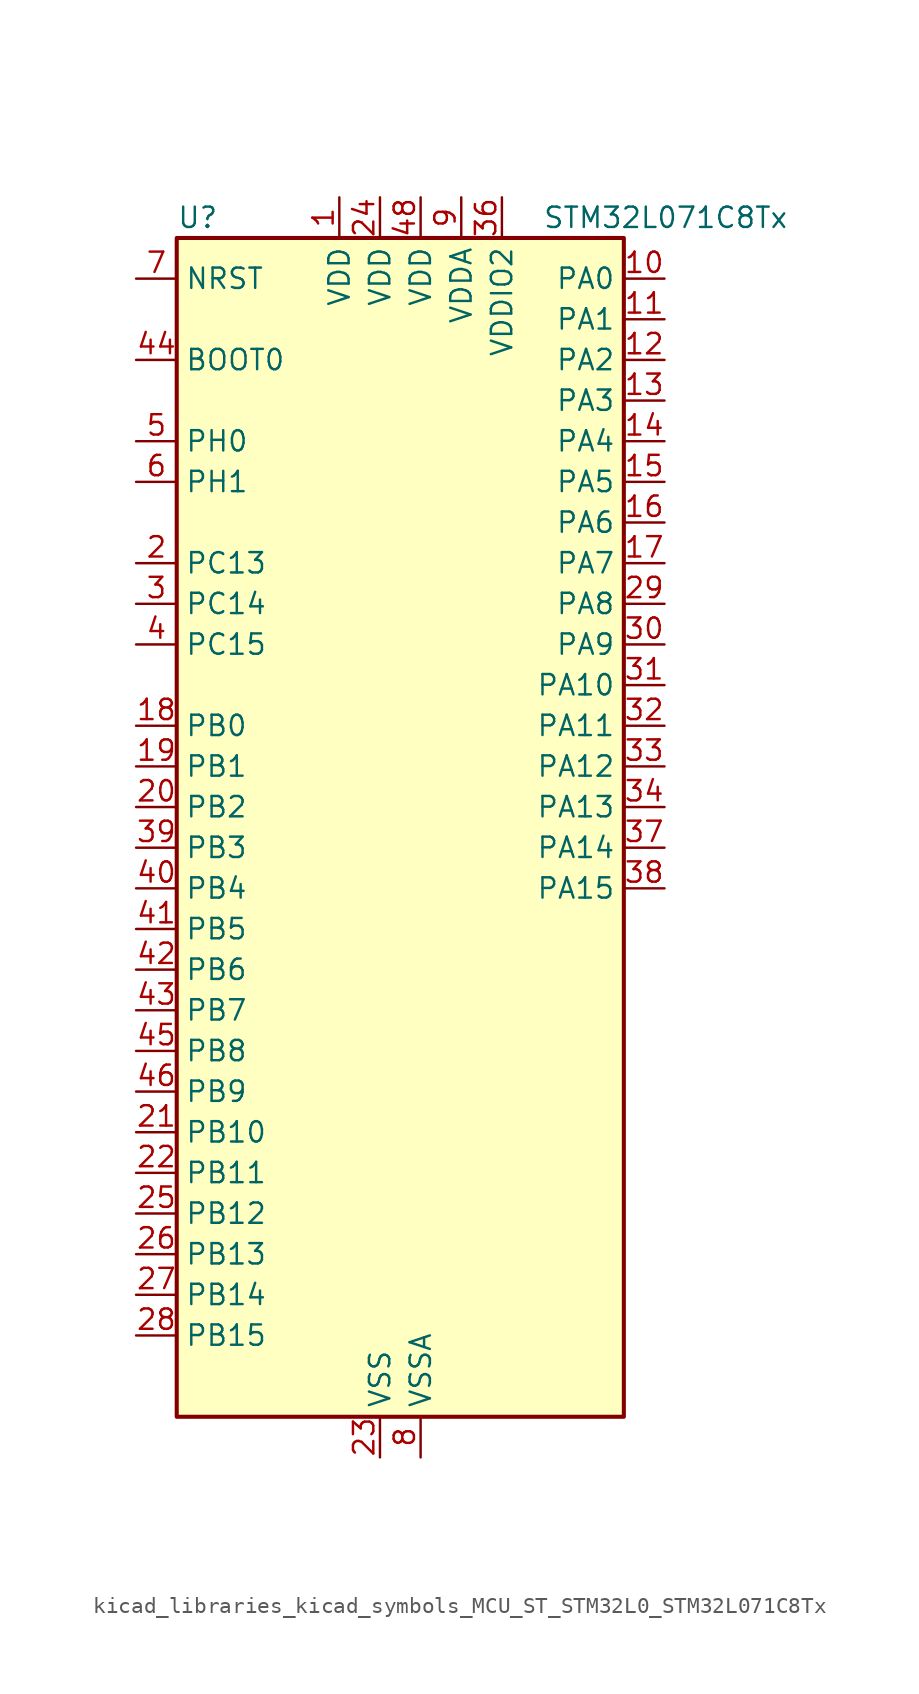
<source format=kicad_sym>
(kicad_symbol_lib
  (version 20220914)
  (generator kicad_symbol_editor)
  (symbol "kicad_libraries_kicad_symbols_MCU_ST_STM32L0_STM32L071C8Tx"
    (property "Reference" "U"
      (at -12.7 39.37 0)
      (effects (font (size 1.27 1.27)) (justify left)))
    (property "Value" "STM32L071C8Tx"
      (at 10.16 39.37 0)
      (effects (font (size 1.27 1.27)) (justify left)))
    (property "ki_locked" ""
      (at 0 0 0)
      (effects (font (size 1.27 1.27))))
    (symbol "kicad_libraries_kicad_symbols_MCU_ST_STM32L0_STM32L071C8Tx_0_1"
      (rectangle (start -12.7 -35.56) (end 15.24 38.1) (stroke (width 0.254) (type default)) (fill (type background))))
    (symbol "kicad_libraries_kicad_symbols_MCU_ST_STM32L0_STM32L071C8Tx_1_1"
      (pin power_in line (at -2.54 40.64 270) (length 2.54) (name "VDD" (effects (font (size 1.27 1.27)))) (number "1" (effects (font (size 1.27 1.27)))))
      (pin bidirectional line (at 17.78 35.56 180) (length 2.54) (name "PA0" (effects (font (size 1.27 1.27)))) (number "10" (effects (font (size 1.27 1.27)))) (alternate "ADC_IN0" bidirectional line) (alternate "COMP1_INM" bidirectional line) (alternate "COMP1_OUT" bidirectional line) (alternate "RTC_TAMP2" bidirectional line) (alternate "SYS_WKUP1" bidirectional line) (alternate "TIM2_CH1" bidirectional line) (alternate "TIM2_ETR" bidirectional line) (alternate "USART2_CTS" bidirectional line) (alternate "USART4_TX" bidirectional line))
      (pin bidirectional line (at 17.78 33.02 180) (length 2.54) (name "PA1" (effects (font (size 1.27 1.27)))) (number "11" (effects (font (size 1.27 1.27)))) (alternate "ADC_IN1" bidirectional line) (alternate "COMP1_INP" bidirectional line) (alternate "TIM21_ETR" bidirectional line) (alternate "TIM2_CH2" bidirectional line) (alternate "USART2_DE" bidirectional line) (alternate "USART2_RTS" bidirectional line) (alternate "USART4_RX" bidirectional line))
      (pin bidirectional line (at 17.78 30.48 180) (length 2.54) (name "PA2" (effects (font (size 1.27 1.27)))) (number "12" (effects (font (size 1.27 1.27)))) (alternate "ADC_IN2" bidirectional line) (alternate "COMP2_INM" bidirectional line) (alternate "COMP2_OUT" bidirectional line) (alternate "LPUART1_TX" bidirectional line) (alternate "TIM21_CH1" bidirectional line) (alternate "TIM2_CH3" bidirectional line) (alternate "USART2_TX" bidirectional line))
      (pin bidirectional line (at 17.78 27.94 180) (length 2.54) (name "PA3" (effects (font (size 1.27 1.27)))) (number "13" (effects (font (size 1.27 1.27)))) (alternate "ADC_IN3" bidirectional line) (alternate "COMP2_INP" bidirectional line) (alternate "LPUART1_RX" bidirectional line) (alternate "TIM21_CH2" bidirectional line) (alternate "TIM2_CH4" bidirectional line) (alternate "USART2_RX" bidirectional line))
      (pin bidirectional line (at 17.78 25.4 180) (length 2.54) (name "PA4" (effects (font (size 1.27 1.27)))) (number "14" (effects (font (size 1.27 1.27)))) (alternate "ADC_IN4" bidirectional line) (alternate "COMP1_INM" bidirectional line) (alternate "COMP2_INM" bidirectional line) (alternate "SPI1_NSS" bidirectional line) (alternate "TIM22_ETR" bidirectional line) (alternate "USART2_CK" bidirectional line))
      (pin bidirectional line (at 17.78 22.86 180) (length 2.54) (name "PA5" (effects (font (size 1.27 1.27)))) (number "15" (effects (font (size 1.27 1.27)))) (alternate "ADC_IN5" bidirectional line) (alternate "COMP1_INM" bidirectional line) (alternate "COMP2_INM" bidirectional line) (alternate "SPI1_SCK" bidirectional line) (alternate "TIM2_CH1" bidirectional line) (alternate "TIM2_ETR" bidirectional line))
      (pin bidirectional line (at 17.78 20.32 180) (length 2.54) (name "PA6" (effects (font (size 1.27 1.27)))) (number "16" (effects (font (size 1.27 1.27)))) (alternate "ADC_IN6" bidirectional line) (alternate "COMP1_OUT" bidirectional line) (alternate "LPUART1_CTS" bidirectional line) (alternate "SPI1_MISO" bidirectional line) (alternate "TIM22_CH1" bidirectional line) (alternate "TIM3_CH1" bidirectional line))
      (pin bidirectional line (at 17.78 17.78 180) (length 2.54) (name "PA7" (effects (font (size 1.27 1.27)))) (number "17" (effects (font (size 1.27 1.27)))) (alternate "ADC_IN7" bidirectional line) (alternate "COMP2_OUT" bidirectional line) (alternate "SPI1_MOSI" bidirectional line) (alternate "TIM22_CH2" bidirectional line) (alternate "TIM3_CH2" bidirectional line))
      (pin bidirectional line (at -15.24 7.62 0) (length 2.54) (name "PB0" (effects (font (size 1.27 1.27)))) (number "18" (effects (font (size 1.27 1.27)))) (alternate "ADC_IN8" bidirectional line) (alternate "SYS_VREF_OUT_PB0" bidirectional line) (alternate "TIM3_CH3" bidirectional line))
      (pin bidirectional line (at -15.24 5.08 0) (length 2.54) (name "PB1" (effects (font (size 1.27 1.27)))) (number "19" (effects (font (size 1.27 1.27)))) (alternate "ADC_IN9" bidirectional line) (alternate "LPUART1_DE" bidirectional line) (alternate "LPUART1_RTS" bidirectional line) (alternate "SYS_VREF_OUT_PB1" bidirectional line) (alternate "TIM3_CH4" bidirectional line))
      (pin bidirectional line (at -15.24 17.78 0) (length 2.54) (name "PC13" (effects (font (size 1.27 1.27)))) (number "2" (effects (font (size 1.27 1.27)))) (alternate "RTC_OUT_ALARM" bidirectional line) (alternate "RTC_OUT_CALIB" bidirectional line) (alternate "RTC_TAMP1" bidirectional line) (alternate "RTC_TS" bidirectional line) (alternate "SYS_WKUP2" bidirectional line))
      (pin bidirectional line (at -15.24 2.54 0) (length 2.54) (name "PB2" (effects (font (size 1.27 1.27)))) (number "20" (effects (font (size 1.27 1.27)))) (alternate "I2C3_SMBA" bidirectional line) (alternate "LPTIM1_OUT" bidirectional line))
      (pin bidirectional line (at -15.24 -17.78 0) (length 2.54) (name "PB10" (effects (font (size 1.27 1.27)))) (number "21" (effects (font (size 1.27 1.27)))) (alternate "I2C2_SCL" bidirectional line) (alternate "LPUART1_RX" bidirectional line) (alternate "LPUART1_TX" bidirectional line) (alternate "SPI2_SCK" bidirectional line) (alternate "TIM2_CH3" bidirectional line))
      (pin bidirectional line (at -15.24 -20.32 0) (length 2.54) (name "PB11" (effects (font (size 1.27 1.27)))) (number "22" (effects (font (size 1.27 1.27)))) (alternate "ADC_EXTI11" bidirectional line) (alternate "I2C2_SDA" bidirectional line) (alternate "LPUART1_RX" bidirectional line) (alternate "LPUART1_TX" bidirectional line) (alternate "TIM2_CH4" bidirectional line))
      (pin power_in line (at 0 -38.1 90) (length 2.54) (name "VSS" (effects (font (size 1.27 1.27)))) (number "23" (effects (font (size 1.27 1.27)))))
      (pin power_in line (at 0 40.64 270) (length 2.54) (name "VDD" (effects (font (size 1.27 1.27)))) (number "24" (effects (font (size 1.27 1.27)))))
      (pin bidirectional line (at -15.24 -22.86 0) (length 2.54) (name "PB12" (effects (font (size 1.27 1.27)))) (number "25" (effects (font (size 1.27 1.27)))) (alternate "I2S2_WS" bidirectional line) (alternate "LPUART1_DE" bidirectional line) (alternate "LPUART1_RTS" bidirectional line) (alternate "SPI2_NSS" bidirectional line))
      (pin bidirectional line (at -15.24 -25.4 0) (length 2.54) (name "PB13" (effects (font (size 1.27 1.27)))) (number "26" (effects (font (size 1.27 1.27)))) (alternate "I2C2_SCL" bidirectional line) (alternate "I2S2_CK" bidirectional line) (alternate "LPUART1_CTS" bidirectional line) (alternate "RCC_MCO" bidirectional line) (alternate "SPI2_SCK" bidirectional line) (alternate "TIM21_CH1" bidirectional line))
      (pin bidirectional line (at -15.24 -27.94 0) (length 2.54) (name "PB14" (effects (font (size 1.27 1.27)))) (number "27" (effects (font (size 1.27 1.27)))) (alternate "I2C2_SDA" bidirectional line) (alternate "I2S2_MCK" bidirectional line) (alternate "LPUART1_DE" bidirectional line) (alternate "LPUART1_RTS" bidirectional line) (alternate "RTC_OUT_ALARM" bidirectional line) (alternate "RTC_OUT_CALIB" bidirectional line) (alternate "SPI2_MISO" bidirectional line) (alternate "TIM21_CH2" bidirectional line))
      (pin bidirectional line (at -15.24 -30.48 0) (length 2.54) (name "PB15" (effects (font (size 1.27 1.27)))) (number "28" (effects (font (size 1.27 1.27)))) (alternate "I2S2_SD" bidirectional line) (alternate "RTC_REFIN" bidirectional line) (alternate "SPI2_MOSI" bidirectional line))
      (pin bidirectional line (at 17.78 15.24 180) (length 2.54) (name "PA8" (effects (font (size 1.27 1.27)))) (number "29" (effects (font (size 1.27 1.27)))) (alternate "I2C3_SCL" bidirectional line) (alternate "RCC_MCO" bidirectional line) (alternate "USART1_CK" bidirectional line))
      (pin bidirectional line (at -15.24 15.24 0) (length 2.54) (name "PC14" (effects (font (size 1.27 1.27)))) (number "3" (effects (font (size 1.27 1.27)))) (alternate "RCC_OSC32_IN" bidirectional line))
      (pin bidirectional line (at 17.78 12.7 180) (length 2.54) (name "PA9" (effects (font (size 1.27 1.27)))) (number "30" (effects (font (size 1.27 1.27)))) (alternate "I2C1_SCL" bidirectional line) (alternate "I2C3_SMBA" bidirectional line) (alternate "RCC_MCO" bidirectional line) (alternate "USART1_TX" bidirectional line))
      (pin bidirectional line (at 17.78 10.16 180) (length 2.54) (name "PA10" (effects (font (size 1.27 1.27)))) (number "31" (effects (font (size 1.27 1.27)))) (alternate "I2C1_SDA" bidirectional line) (alternate "USART1_RX" bidirectional line))
      (pin bidirectional line (at 17.78 7.62 180) (length 2.54) (name "PA11" (effects (font (size 1.27 1.27)))) (number "32" (effects (font (size 1.27 1.27)))) (alternate "ADC_EXTI11" bidirectional line) (alternate "COMP1_OUT" bidirectional line) (alternate "SPI1_MISO" bidirectional line) (alternate "USART1_CTS" bidirectional line))
      (pin bidirectional line (at 17.78 5.08 180) (length 2.54) (name "PA12" (effects (font (size 1.27 1.27)))) (number "33" (effects (font (size 1.27 1.27)))) (alternate "COMP2_OUT" bidirectional line) (alternate "SPI1_MOSI" bidirectional line) (alternate "USART1_DE" bidirectional line) (alternate "USART1_RTS" bidirectional line))
      (pin bidirectional line (at 17.78 2.54 180) (length 2.54) (name "PA13" (effects (font (size 1.27 1.27)))) (number "34" (effects (font (size 1.27 1.27)))) (alternate "LPUART1_RX" bidirectional line) (alternate "SYS_SWDIO" bidirectional line))
      (pin passive line (at 0 -38.1 90) (length 2.54) hide (name "VSS" (effects (font (size 1.27 1.27)))) (number "35" (effects (font (size 1.27 1.27)))))
      (pin power_in line (at 7.62 40.64 270) (length 2.54) (name "VDDIO2" (effects (font (size 1.27 1.27)))) (number "36" (effects (font (size 1.27 1.27)))))
      (pin bidirectional line (at 17.78 0 180) (length 2.54) (name "PA14" (effects (font (size 1.27 1.27)))) (number "37" (effects (font (size 1.27 1.27)))) (alternate "LPUART1_TX" bidirectional line) (alternate "SYS_SWCLK" bidirectional line) (alternate "USART2_TX" bidirectional line))
      (pin bidirectional line (at 17.78 -2.54 180) (length 2.54) (name "PA15" (effects (font (size 1.27 1.27)))) (number "38" (effects (font (size 1.27 1.27)))) (alternate "SPI1_NSS" bidirectional line) (alternate "TIM2_CH1" bidirectional line) (alternate "TIM2_ETR" bidirectional line) (alternate "USART2_RX" bidirectional line) (alternate "USART4_DE" bidirectional line) (alternate "USART4_RTS" bidirectional line))
      (pin bidirectional line (at -15.24 0 0) (length 2.54) (name "PB3" (effects (font (size 1.27 1.27)))) (number "39" (effects (font (size 1.27 1.27)))) (alternate "COMP2_INM" bidirectional line) (alternate "SPI1_SCK" bidirectional line) (alternate "TIM2_CH2" bidirectional line) (alternate "USART1_DE" bidirectional line) (alternate "USART1_RTS" bidirectional line) (alternate "USART5_TX" bidirectional line))
      (pin bidirectional line (at -15.24 12.7 0) (length 2.54) (name "PC15" (effects (font (size 1.27 1.27)))) (number "4" (effects (font (size 1.27 1.27)))) (alternate "RCC_OSC32_OUT" bidirectional line))
      (pin bidirectional line (at -15.24 -2.54 0) (length 2.54) (name "PB4" (effects (font (size 1.27 1.27)))) (number "40" (effects (font (size 1.27 1.27)))) (alternate "COMP2_INP" bidirectional line) (alternate "I2C3_SDA" bidirectional line) (alternate "SPI1_MISO" bidirectional line) (alternate "TIM22_CH1" bidirectional line) (alternate "TIM3_CH1" bidirectional line) (alternate "USART1_CTS" bidirectional line) (alternate "USART5_RX" bidirectional line))
      (pin bidirectional line (at -15.24 -5.08 0) (length 2.54) (name "PB5" (effects (font (size 1.27 1.27)))) (number "41" (effects (font (size 1.27 1.27)))) (alternate "COMP2_INP" bidirectional line) (alternate "I2C1_SMBA" bidirectional line) (alternate "LPTIM1_IN1" bidirectional line) (alternate "SPI1_MOSI" bidirectional line) (alternate "TIM22_CH2" bidirectional line) (alternate "TIM3_CH2" bidirectional line) (alternate "USART1_CK" bidirectional line) (alternate "USART5_CK" bidirectional line) (alternate "USART5_DE" bidirectional line) (alternate "USART5_RTS" bidirectional line))
      (pin bidirectional line (at -15.24 -7.62 0) (length 2.54) (name "PB6" (effects (font (size 1.27 1.27)))) (number "42" (effects (font (size 1.27 1.27)))) (alternate "COMP2_INP" bidirectional line) (alternate "I2C1_SCL" bidirectional line) (alternate "LPTIM1_ETR" bidirectional line) (alternate "USART1_TX" bidirectional line))
      (pin bidirectional line (at -15.24 -10.16 0) (length 2.54) (name "PB7" (effects (font (size 1.27 1.27)))) (number "43" (effects (font (size 1.27 1.27)))) (alternate "COMP2_INP" bidirectional line) (alternate "I2C1_SDA" bidirectional line) (alternate "LPTIM1_IN2" bidirectional line) (alternate "SYS_PVD_IN" bidirectional line) (alternate "USART1_RX" bidirectional line) (alternate "USART4_CTS" bidirectional line))
      (pin input line (at -15.24 30.48 0) (length 2.54) (name "BOOT0" (effects (font (size 1.27 1.27)))) (number "44" (effects (font (size 1.27 1.27)))))
      (pin bidirectional line (at -15.24 -12.7 0) (length 2.54) (name "PB8" (effects (font (size 1.27 1.27)))) (number "45" (effects (font (size 1.27 1.27)))) (alternate "I2C1_SCL" bidirectional line))
      (pin bidirectional line (at -15.24 -15.24 0) (length 2.54) (name "PB9" (effects (font (size 1.27 1.27)))) (number "46" (effects (font (size 1.27 1.27)))) (alternate "I2C1_SDA" bidirectional line) (alternate "I2S2_WS" bidirectional line) (alternate "SPI2_NSS" bidirectional line))
      (pin passive line (at 0 -38.1 90) (length 2.54) hide (name "VSS" (effects (font (size 1.27 1.27)))) (number "47" (effects (font (size 1.27 1.27)))))
      (pin power_in line (at 2.54 40.64 270) (length 2.54) (name "VDD" (effects (font (size 1.27 1.27)))) (number "48" (effects (font (size 1.27 1.27)))))
      (pin bidirectional line (at -15.24 25.4 0) (length 2.54) (name "PH0" (effects (font (size 1.27 1.27)))) (number "5" (effects (font (size 1.27 1.27)))) (alternate "RCC_OSC_IN" bidirectional line))
      (pin bidirectional line (at -15.24 22.86 0) (length 2.54) (name "PH1" (effects (font (size 1.27 1.27)))) (number "6" (effects (font (size 1.27 1.27)))) (alternate "RCC_OSC_OUT" bidirectional line))
      (pin input line (at -15.24 35.56 0) (length 2.54) (name "NRST" (effects (font (size 1.27 1.27)))) (number "7" (effects (font (size 1.27 1.27)))))
      (pin power_in line (at 2.54 -38.1 90) (length 2.54) (name "VSSA" (effects (font (size 1.27 1.27)))) (number "8" (effects (font (size 1.27 1.27)))))
      (pin power_in line (at 5.08 40.64 270) (length 2.54) (name "VDDA" (effects (font (size 1.27 1.27)))) (number "9" (effects (font (size 1.27 1.27))))))))
</source>
